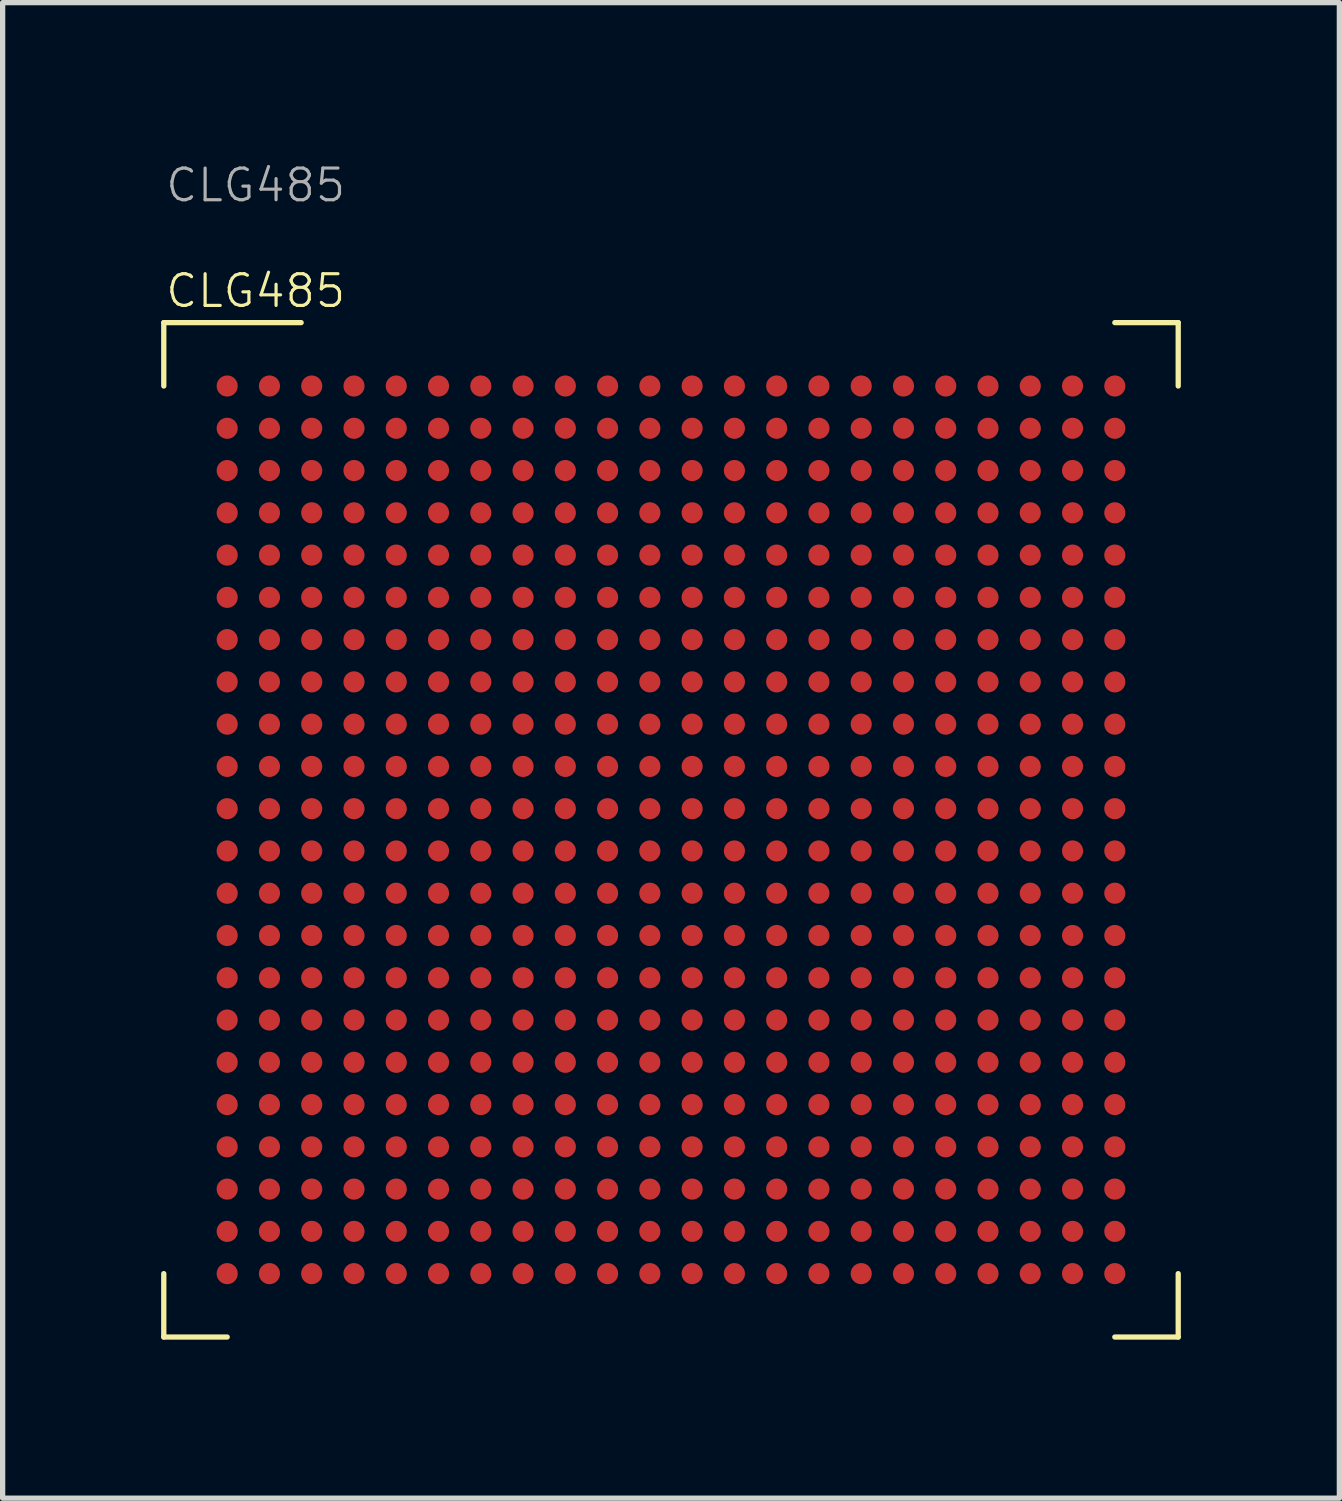
<source format=kicad_pcb>
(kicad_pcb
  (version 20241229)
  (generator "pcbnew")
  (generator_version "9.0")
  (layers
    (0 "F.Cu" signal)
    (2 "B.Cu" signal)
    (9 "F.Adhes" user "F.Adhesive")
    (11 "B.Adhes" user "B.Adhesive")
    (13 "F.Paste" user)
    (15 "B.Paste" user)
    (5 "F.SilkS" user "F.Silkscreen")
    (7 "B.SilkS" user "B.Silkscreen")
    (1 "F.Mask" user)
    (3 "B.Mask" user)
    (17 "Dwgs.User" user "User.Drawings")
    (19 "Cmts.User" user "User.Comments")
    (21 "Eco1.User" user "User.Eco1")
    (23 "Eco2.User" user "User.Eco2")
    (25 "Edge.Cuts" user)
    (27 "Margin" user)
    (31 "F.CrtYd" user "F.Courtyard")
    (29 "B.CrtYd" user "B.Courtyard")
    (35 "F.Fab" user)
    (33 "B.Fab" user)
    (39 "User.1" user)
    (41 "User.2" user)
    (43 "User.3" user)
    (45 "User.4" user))
  (footprint "CLG485"
    (layer "F.Cu")
    (at 9.65 12.656)
    (property "Reference" "CLG485" (at -9.6 -10.2 0) (unlocked yes) (layer "F.SilkS") (effects (font (size 0.6 0.6) (thickness 0.06)) (justify left)))
    (attr smd)
    (fp_line (start -9.6 -8.4) (end -9.6 -9.6) (stroke (width 0.1) (type default)) (layer "F.SilkS"))
    (fp_line (start -9.6 8.4) (end -9.6 9.6) (stroke (width 0.1) (type default)) (layer "F.SilkS"))
    (fp_line (start -8.4 9.6) (end -9.6 9.6) (stroke (width 0.1) (type default)) (layer "F.SilkS"))
    (fp_line (start -7 -9.6) (end -9.6 -9.6) (stroke (width 0.1) (type default)) (layer "F.SilkS"))
    (fp_line (start 8.4 -9.6) (end 9.6 -9.6) (stroke (width 0.1) (type default)) (layer "F.SilkS"))
    (fp_line (start 8.4 9.6) (end 9.6 9.6) (stroke (width 0.1) (type default)) (layer "F.SilkS"))
    (fp_line (start 9.6 -8.4) (end 9.6 -9.6) (stroke (width 0.1) (type default)) (layer "F.SilkS"))
    (fp_line (start 9.6 8.4) (end 9.6 9.6) (stroke (width 0.1) (type default)) (layer "F.SilkS"))
    (fp_rect (start -9.5 -9.5) (end 9.5 9.5) (stroke (width 0.05) (type default)) (fill no) (layer "Eco2.User"))
    (fp_circle (center -8 -8) (end -7.6 -7.6) (stroke (width 0.1) (type default)) (fill no) (layer "Eco2.User"))
    (fp_text user "${REFERENCE}" (at -9.6 -12.2 0) (unlocked yes) (layer "F.Fab") (effects (font (size 0.6 0.6) (thickness 0.06)) (justify left)))
    (pad "A1" smd circle (at -8.4 -8.4) (size 0.4 0.4) (layers "F.Cu" "F.Mask" "F.Paste"))
    (pad "A2" smd circle (at -7.6 -8.4) (size 0.4 0.4) (layers "F.Cu" "F.Mask" "F.Paste"))
    (pad "A3" smd circle (at -6.8 -8.4) (size 0.4 0.4) (layers "F.Cu" "F.Mask" "F.Paste"))
    (pad "A4" smd circle (at -6 -8.4) (size 0.4 0.4) (layers "F.Cu" "F.Mask" "F.Paste"))
    (pad "A5" smd circle (at -5.2 -8.4) (size 0.4 0.4) (layers "F.Cu" "F.Mask" "F.Paste"))
    (pad "A6" smd circle (at -4.4 -8.4) (size 0.4 0.4) (layers "F.Cu" "F.Mask" "F.Paste"))
    (pad "A7" smd circle (at -3.6 -8.4) (size 0.4 0.4) (layers "F.Cu" "F.Mask" "F.Paste"))
    (pad "A8" smd circle (at -2.8 -8.4) (size 0.4 0.4) (layers "F.Cu" "F.Mask" "F.Paste"))
    (pad "A9" smd circle (at -2 -8.4) (size 0.4 0.4) (layers "F.Cu" "F.Mask" "F.Paste"))
    (pad "A10" smd circle (at -1.2 -8.4) (size 0.4 0.4) (layers "F.Cu" "F.Mask" "F.Paste"))
    (pad "A11" smd circle (at -0.4 -8.4) (size 0.4 0.4) (layers "F.Cu" "F.Mask" "F.Paste"))
    (pad "A12" smd circle (at 0.4 -8.4) (size 0.4 0.4) (layers "F.Cu" "F.Mask" "F.Paste"))
    (pad "A13" smd circle (at 1.2 -8.4) (size 0.4 0.4) (layers "F.Cu" "F.Mask" "F.Paste"))
    (pad "A14" smd circle (at 2 -8.4) (size 0.4 0.4) (layers "F.Cu" "F.Mask" "F.Paste"))
    (pad "A15" smd circle (at 2.8 -8.4) (size 0.4 0.4) (layers "F.Cu" "F.Mask" "F.Paste"))
    (pad "A16" smd circle (at 3.6 -8.4) (size 0.4 0.4) (layers "F.Cu" "F.Mask" "F.Paste"))
    (pad "A17" smd circle (at 4.4 -8.4) (size 0.4 0.4) (layers "F.Cu" "F.Mask" "F.Paste"))
    (pad "A18" smd circle (at 5.2 -8.4) (size 0.4 0.4) (layers "F.Cu" "F.Mask" "F.Paste"))
    (pad "A19" smd circle (at 6 -8.4) (size 0.4 0.4) (layers "F.Cu" "F.Mask" "F.Paste"))
    (pad "A20" smd circle (at 6.8 -8.4) (size 0.4 0.4) (layers "F.Cu" "F.Mask" "F.Paste"))
    (pad "A21" smd circle (at 7.6 -8.4) (size 0.4 0.4) (layers "F.Cu" "F.Mask" "F.Paste"))
    (pad "A22" smd circle (at 8.4 -8.4) (size 0.4 0.4) (layers "F.Cu" "F.Mask" "F.Paste"))
    (pad "AA1" smd circle (at -8.4 7.6) (size 0.4 0.4) (layers "F.Cu" "F.Mask" "F.Paste"))
    (pad "AA2" smd circle (at -7.6 7.6) (size 0.4 0.4) (layers "F.Cu" "F.Mask" "F.Paste"))
    (pad "AA3" smd circle (at -6.8 7.6) (size 0.4 0.4) (layers "F.Cu" "F.Mask" "F.Paste"))
    (pad "AA4" smd circle (at -6 7.6) (size 0.4 0.4) (layers "F.Cu" "F.Mask" "F.Paste"))
    (pad "AA5" smd circle (at -5.2 7.6) (size 0.4 0.4) (layers "F.Cu" "F.Mask" "F.Paste"))
    (pad "AA6" smd circle (at -4.4 7.6) (size 0.4 0.4) (layers "F.Cu" "F.Mask" "F.Paste"))
    (pad "AA7" smd circle (at -3.6 7.6) (size 0.4 0.4) (layers "F.Cu" "F.Mask" "F.Paste"))
    (pad "AA8" smd circle (at -2.8 7.6) (size 0.4 0.4) (layers "F.Cu" "F.Mask" "F.Paste"))
    (pad "AA9" smd circle (at -2 7.6) (size 0.4 0.4) (layers "F.Cu" "F.Mask" "F.Paste"))
    (pad "AA10" smd circle (at -1.2 7.6) (size 0.4 0.4) (layers "F.Cu" "F.Mask" "F.Paste"))
    (pad "AA11" smd circle (at -0.4 7.6) (size 0.4 0.4) (layers "F.Cu" "F.Mask" "F.Paste"))
    (pad "AA12" smd circle (at 0.4 7.6) (size 0.4 0.4) (layers "F.Cu" "F.Mask" "F.Paste"))
    (pad "AA13" smd circle (at 1.2 7.6) (size 0.4 0.4) (layers "F.Cu" "F.Mask" "F.Paste"))
    (pad "AA14" smd circle (at 2 7.6) (size 0.4 0.4) (layers "F.Cu" "F.Mask" "F.Paste"))
    (pad "AA15" smd circle (at 2.8 7.6) (size 0.4 0.4) (layers "F.Cu" "F.Mask" "F.Paste"))
    (pad "AA16" smd circle (at 3.6 7.6) (size 0.4 0.4) (layers "F.Cu" "F.Mask" "F.Paste"))
    (pad "AA17" smd circle (at 4.4 7.6) (size 0.4 0.4) (layers "F.Cu" "F.Mask" "F.Paste"))
    (pad "AA18" smd circle (at 5.2 7.6) (size 0.4 0.4) (layers "F.Cu" "F.Mask" "F.Paste"))
    (pad "AA19" smd circle (at 6 7.6) (size 0.4 0.4) (layers "F.Cu" "F.Mask" "F.Paste"))
    (pad "AA20" smd circle (at 6.8 7.6) (size 0.4 0.4) (layers "F.Cu" "F.Mask" "F.Paste"))
    (pad "AA21" smd circle (at 7.6 7.6) (size 0.4 0.4) (layers "F.Cu" "F.Mask" "F.Paste"))
    (pad "AA22" smd circle (at 8.4 7.6) (size 0.4 0.4) (layers "F.Cu" "F.Mask" "F.Paste"))
    (pad "AB1" smd circle (at -8.4 8.4) (size 0.4 0.4) (layers "F.Cu" "F.Mask" "F.Paste"))
    (pad "AB2" smd circle (at -7.6 8.4) (size 0.4 0.4) (layers "F.Cu" "F.Mask" "F.Paste"))
    (pad "AB3" smd circle (at -6.8 8.4) (size 0.4 0.4) (layers "F.Cu" "F.Mask" "F.Paste"))
    (pad "AB4" smd circle (at -6 8.4) (size 0.4 0.4) (layers "F.Cu" "F.Mask" "F.Paste"))
    (pad "AB5" smd circle (at -5.2 8.4) (size 0.4 0.4) (layers "F.Cu" "F.Mask" "F.Paste"))
    (pad "AB6" smd circle (at -4.4 8.4) (size 0.4 0.4) (layers "F.Cu" "F.Mask" "F.Paste"))
    (pad "AB7" smd circle (at -3.6 8.4) (size 0.4 0.4) (layers "F.Cu" "F.Mask" "F.Paste"))
    (pad "AB8" smd circle (at -2.8 8.4) (size 0.4 0.4) (layers "F.Cu" "F.Mask" "F.Paste"))
    (pad "AB9" smd circle (at -2 8.4) (size 0.4 0.4) (layers "F.Cu" "F.Mask" "F.Paste"))
    (pad "AB10" smd circle (at -1.2 8.4) (size 0.4 0.4) (layers "F.Cu" "F.Mask" "F.Paste"))
    (pad "AB11" smd circle (at -0.4 8.4) (size 0.4 0.4) (layers "F.Cu" "F.Mask" "F.Paste"))
    (pad "AB12" smd circle (at 0.4 8.4) (size 0.4 0.4) (layers "F.Cu" "F.Mask" "F.Paste"))
    (pad "AB13" smd circle (at 1.2 8.4) (size 0.4 0.4) (layers "F.Cu" "F.Mask" "F.Paste"))
    (pad "AB14" smd circle (at 2 8.4) (size 0.4 0.4) (layers "F.Cu" "F.Mask" "F.Paste"))
    (pad "AB15" smd circle (at 2.8 8.4) (size 0.4 0.4) (layers "F.Cu" "F.Mask" "F.Paste"))
    (pad "AB16" smd circle (at 3.6 8.4) (size 0.4 0.4) (layers "F.Cu" "F.Mask" "F.Paste"))
    (pad "AB17" smd circle (at 4.4 8.4) (size 0.4 0.4) (layers "F.Cu" "F.Mask" "F.Paste"))
    (pad "AB18" smd circle (at 5.2 8.4) (size 0.4 0.4) (layers "F.Cu" "F.Mask" "F.Paste"))
    (pad "AB19" smd circle (at 6 8.4) (size 0.4 0.4) (layers "F.Cu" "F.Mask" "F.Paste"))
    (pad "AB20" smd circle (at 6.8 8.4) (size 0.4 0.4) (layers "F.Cu" "F.Mask" "F.Paste"))
    (pad "AB21" smd circle (at 7.6 8.4) (size 0.4 0.4) (layers "F.Cu" "F.Mask" "F.Paste"))
    (pad "AB22" smd circle (at 8.4 8.4) (size 0.4 0.4) (layers "F.Cu" "F.Mask" "F.Paste"))
    (pad "B1" smd circle (at -8.4 -7.6) (size 0.4 0.4) (layers "F.Cu" "F.Mask" "F.Paste"))
    (pad "B2" smd circle (at -7.6 -7.6) (size 0.4 0.4) (layers "F.Cu" "F.Mask" "F.Paste"))
    (pad "B3" smd circle (at -6.8 -7.6) (size 0.4 0.4) (layers "F.Cu" "F.Mask" "F.Paste"))
    (pad "B4" smd circle (at -6 -7.6) (size 0.4 0.4) (layers "F.Cu" "F.Mask" "F.Paste"))
    (pad "B5" smd circle (at -5.2 -7.6) (size 0.4 0.4) (layers "F.Cu" "F.Mask" "F.Paste"))
    (pad "B6" smd circle (at -4.4 -7.6) (size 0.4 0.4) (layers "F.Cu" "F.Mask" "F.Paste"))
    (pad "B7" smd circle (at -3.6 -7.6) (size 0.4 0.4) (layers "F.Cu" "F.Mask" "F.Paste"))
    (pad "B8" smd circle (at -2.8 -7.6) (size 0.4 0.4) (layers "F.Cu" "F.Mask" "F.Paste"))
    (pad "B9" smd circle (at -2 -7.6) (size 0.4 0.4) (layers "F.Cu" "F.Mask" "F.Paste"))
    (pad "B10" smd circle (at -1.2 -7.6) (size 0.4 0.4) (layers "F.Cu" "F.Mask" "F.Paste"))
    (pad "B11" smd circle (at -0.4 -7.6) (size 0.4 0.4) (layers "F.Cu" "F.Mask" "F.Paste"))
    (pad "B12" smd circle (at 0.4 -7.6) (size 0.4 0.4) (layers "F.Cu" "F.Mask" "F.Paste"))
    (pad "B13" smd circle (at 1.2 -7.6) (size 0.4 0.4) (layers "F.Cu" "F.Mask" "F.Paste"))
    (pad "B14" smd circle (at 2 -7.6) (size 0.4 0.4) (layers "F.Cu" "F.Mask" "F.Paste"))
    (pad "B15" smd circle (at 2.8 -7.6) (size 0.4 0.4) (layers "F.Cu" "F.Mask" "F.Paste"))
    (pad "B16" smd circle (at 3.6 -7.6) (size 0.4 0.4) (layers "F.Cu" "F.Mask" "F.Paste"))
    (pad "B17" smd circle (at 4.4 -7.6) (size 0.4 0.4) (layers "F.Cu" "F.Mask" "F.Paste"))
    (pad "B18" smd circle (at 5.2 -7.6) (size 0.4 0.4) (layers "F.Cu" "F.Mask" "F.Paste"))
    (pad "B19" smd circle (at 6 -7.6) (size 0.4 0.4) (layers "F.Cu" "F.Mask" "F.Paste"))
    (pad "B20" smd circle (at 6.8 -7.6) (size 0.4 0.4) (layers "F.Cu" "F.Mask" "F.Paste"))
    (pad "B21" smd circle (at 7.6 -7.6) (size 0.4 0.4) (layers "F.Cu" "F.Mask" "F.Paste"))
    (pad "B22" smd circle (at 8.4 -7.6) (size 0.4 0.4) (layers "F.Cu" "F.Mask" "F.Paste"))
    (pad "C1" smd circle (at -8.4 -6.8) (size 0.4 0.4) (layers "F.Cu" "F.Mask" "F.Paste"))
    (pad "C2" smd circle (at -7.6 -6.8) (size 0.4 0.4) (layers "F.Cu" "F.Mask" "F.Paste"))
    (pad "C3" smd circle (at -6.8 -6.8) (size 0.4 0.4) (layers "F.Cu" "F.Mask" "F.Paste"))
    (pad "C4" smd circle (at -6 -6.8) (size 0.4 0.4) (layers "F.Cu" "F.Mask" "F.Paste"))
    (pad "C5" smd circle (at -5.2 -6.8) (size 0.4 0.4) (layers "F.Cu" "F.Mask" "F.Paste"))
    (pad "C6" smd circle (at -4.4 -6.8) (size 0.4 0.4) (layers "F.Cu" "F.Mask" "F.Paste"))
    (pad "C7" smd circle (at -3.6 -6.8) (size 0.4 0.4) (layers "F.Cu" "F.Mask" "F.Paste"))
    (pad "C8" smd circle (at -2.8 -6.8) (size 0.4 0.4) (layers "F.Cu" "F.Mask" "F.Paste"))
    (pad "C9" smd circle (at -2 -6.8) (size 0.4 0.4) (layers "F.Cu" "F.Mask" "F.Paste"))
    (pad "C10" smd circle (at -1.2 -6.8) (size 0.4 0.4) (layers "F.Cu" "F.Mask" "F.Paste"))
    (pad "C11" smd circle (at -0.4 -6.8) (size 0.4 0.4) (layers "F.Cu" "F.Mask" "F.Paste"))
    (pad "C12" smd circle (at 0.4 -6.8) (size 0.4 0.4) (layers "F.Cu" "F.Mask" "F.Paste"))
    (pad "C13" smd circle (at 1.2 -6.8) (size 0.4 0.4) (layers "F.Cu" "F.Mask" "F.Paste"))
    (pad "C14" smd circle (at 2 -6.8) (size 0.4 0.4) (layers "F.Cu" "F.Mask" "F.Paste"))
    (pad "C15" smd circle (at 2.8 -6.8) (size 0.4 0.4) (layers "F.Cu" "F.Mask" "F.Paste"))
    (pad "C16" smd circle (at 3.6 -6.8) (size 0.4 0.4) (layers "F.Cu" "F.Mask" "F.Paste"))
    (pad "C17" smd circle (at 4.4 -6.8) (size 0.4 0.4) (layers "F.Cu" "F.Mask" "F.Paste"))
    (pad "C18" smd circle (at 5.2 -6.8) (size 0.4 0.4) (layers "F.Cu" "F.Mask" "F.Paste"))
    (pad "C19" smd circle (at 6 -6.8) (size 0.4 0.4) (layers "F.Cu" "F.Mask" "F.Paste"))
    (pad "C20" smd circle (at 6.8 -6.8) (size 0.4 0.4) (layers "F.Cu" "F.Mask" "F.Paste"))
    (pad "C21" smd circle (at 7.6 -6.8) (size 0.4 0.4) (layers "F.Cu" "F.Mask" "F.Paste"))
    (pad "C22" smd circle (at 8.4 -6.8) (size 0.4 0.4) (layers "F.Cu" "F.Mask" "F.Paste"))
    (pad "D1" smd circle (at -8.4 -6) (size 0.4 0.4) (layers "F.Cu" "F.Mask" "F.Paste"))
    (pad "D2" smd circle (at -7.6 -6) (size 0.4 0.4) (layers "F.Cu" "F.Mask" "F.Paste"))
    (pad "D3" smd circle (at -6.8 -6) (size 0.4 0.4) (layers "F.Cu" "F.Mask" "F.Paste"))
    (pad "D4" smd circle (at -6 -6) (size 0.4 0.4) (layers "F.Cu" "F.Mask" "F.Paste"))
    (pad "D5" smd circle (at -5.2 -6) (size 0.4 0.4) (layers "F.Cu" "F.Mask" "F.Paste"))
    (pad "D6" smd circle (at -4.4 -6) (size 0.4 0.4) (layers "F.Cu" "F.Mask" "F.Paste"))
    (pad "D7" smd circle (at -3.6 -6) (size 0.4 0.4) (layers "F.Cu" "F.Mask" "F.Paste"))
    (pad "D8" smd circle (at -2.8 -6) (size 0.4 0.4) (layers "F.Cu" "F.Mask" "F.Paste"))
    (pad "D9" smd circle (at -2 -6) (size 0.4 0.4) (layers "F.Cu" "F.Mask" "F.Paste"))
    (pad "D10" smd circle (at -1.2 -6) (size 0.4 0.4) (layers "F.Cu" "F.Mask" "F.Paste"))
    (pad "D11" smd circle (at -0.4 -6) (size 0.4 0.4) (layers "F.Cu" "F.Mask" "F.Paste"))
    (pad "D12" smd circle (at 0.4 -6) (size 0.4 0.4) (layers "F.Cu" "F.Mask" "F.Paste"))
    (pad "D13" smd circle (at 1.2 -6) (size 0.4 0.4) (layers "F.Cu" "F.Mask" "F.Paste"))
    (pad "D14" smd circle (at 2 -6) (size 0.4 0.4) (layers "F.Cu" "F.Mask" "F.Paste"))
    (pad "D15" smd circle (at 2.8 -6) (size 0.4 0.4) (layers "F.Cu" "F.Mask" "F.Paste"))
    (pad "D16" smd circle (at 3.6 -6) (size 0.4 0.4) (layers "F.Cu" "F.Mask" "F.Paste"))
    (pad "D17" smd circle (at 4.4 -6) (size 0.4 0.4) (layers "F.Cu" "F.Mask" "F.Paste"))
    (pad "D18" smd circle (at 5.2 -6) (size 0.4 0.4) (layers "F.Cu" "F.Mask" "F.Paste"))
    (pad "D19" smd circle (at 6 -6) (size 0.4 0.4) (layers "F.Cu" "F.Mask" "F.Paste"))
    (pad "D20" smd circle (at 6.8 -6) (size 0.4 0.4) (layers "F.Cu" "F.Mask" "F.Paste"))
    (pad "D21" smd circle (at 7.6 -6) (size 0.4 0.4) (layers "F.Cu" "F.Mask" "F.Paste"))
    (pad "D22" smd circle (at 8.4 -6) (size 0.4 0.4) (layers "F.Cu" "F.Mask" "F.Paste"))
    (pad "E1" smd circle (at -8.4 -5.2) (size 0.4 0.4) (layers "F.Cu" "F.Mask" "F.Paste"))
    (pad "E2" smd circle (at -7.6 -5.2) (size 0.4 0.4) (layers "F.Cu" "F.Mask" "F.Paste"))
    (pad "E3" smd circle (at -6.8 -5.2) (size 0.4 0.4) (layers "F.Cu" "F.Mask" "F.Paste"))
    (pad "E4" smd circle (at -6 -5.2) (size 0.4 0.4) (layers "F.Cu" "F.Mask" "F.Paste"))
    (pad "E5" smd circle (at -5.2 -5.2) (size 0.4 0.4) (layers "F.Cu" "F.Mask" "F.Paste"))
    (pad "E6" smd circle (at -4.4 -5.2) (size 0.4 0.4) (layers "F.Cu" "F.Mask" "F.Paste"))
    (pad "E7" smd circle (at -3.6 -5.2) (size 0.4 0.4) (layers "F.Cu" "F.Mask" "F.Paste"))
    (pad "E8" smd circle (at -2.8 -5.2) (size 0.4 0.4) (layers "F.Cu" "F.Mask" "F.Paste"))
    (pad "E9" smd circle (at -2 -5.2) (size 0.4 0.4) (layers "F.Cu" "F.Mask" "F.Paste"))
    (pad "E10" smd circle (at -1.2 -5.2) (size 0.4 0.4) (layers "F.Cu" "F.Mask" "F.Paste"))
    (pad "E11" smd circle (at -0.4 -5.2) (size 0.4 0.4) (layers "F.Cu" "F.Mask" "F.Paste"))
    (pad "E12" smd circle (at 0.4 -5.2) (size 0.4 0.4) (layers "F.Cu" "F.Mask" "F.Paste"))
    (pad "E13" smd circle (at 1.2 -5.2) (size 0.4 0.4) (layers "F.Cu" "F.Mask" "F.Paste"))
    (pad "E14" smd circle (at 2 -5.2) (size 0.4 0.4) (layers "F.Cu" "F.Mask" "F.Paste"))
    (pad "E15" smd circle (at 2.8 -5.2) (size 0.4 0.4) (layers "F.Cu" "F.Mask" "F.Paste"))
    (pad "E16" smd circle (at 3.6 -5.2) (size 0.4 0.4) (layers "F.Cu" "F.Mask" "F.Paste"))
    (pad "E17" smd circle (at 4.4 -5.2) (size 0.4 0.4) (layers "F.Cu" "F.Mask" "F.Paste"))
    (pad "E18" smd circle (at 5.2 -5.2) (size 0.4 0.4) (layers "F.Cu" "F.Mask" "F.Paste"))
    (pad "E19" smd circle (at 6 -5.2) (size 0.4 0.4) (layers "F.Cu" "F.Mask" "F.Paste"))
    (pad "E20" smd circle (at 6.8 -5.2) (size 0.4 0.4) (layers "F.Cu" "F.Mask" "F.Paste"))
    (pad "E21" smd circle (at 7.6 -5.2) (size 0.4 0.4) (layers "F.Cu" "F.Mask" "F.Paste"))
    (pad "E22" smd circle (at 8.4 -5.2) (size 0.4 0.4) (layers "F.Cu" "F.Mask" "F.Paste"))
    (pad "F1" smd circle (at -8.4 -4.4) (size 0.4 0.4) (layers "F.Cu" "F.Mask" "F.Paste"))
    (pad "F2" smd circle (at -7.6 -4.4) (size 0.4 0.4) (layers "F.Cu" "F.Mask" "F.Paste"))
    (pad "F3" smd circle (at -6.8 -4.4) (size 0.4 0.4) (layers "F.Cu" "F.Mask" "F.Paste"))
    (pad "F4" smd circle (at -6 -4.4) (size 0.4 0.4) (layers "F.Cu" "F.Mask" "F.Paste"))
    (pad "F5" smd circle (at -5.2 -4.4) (size 0.4 0.4) (layers "F.Cu" "F.Mask" "F.Paste"))
    (pad "F6" smd circle (at -4.4 -4.4) (size 0.4 0.4) (layers "F.Cu" "F.Mask" "F.Paste"))
    (pad "F7" smd circle (at -3.6 -4.4) (size 0.4 0.4) (layers "F.Cu" "F.Mask" "F.Paste"))
    (pad "F8" smd circle (at -2.8 -4.4) (size 0.4 0.4) (layers "F.Cu" "F.Mask" "F.Paste"))
    (pad "F9" smd circle (at -2 -4.4) (size 0.4 0.4) (layers "F.Cu" "F.Mask" "F.Paste"))
    (pad "F10" smd circle (at -1.2 -4.4) (size 0.4 0.4) (layers "F.Cu" "F.Mask" "F.Paste"))
    (pad "F11" smd circle (at -0.4 -4.4) (size 0.4 0.4) (layers "F.Cu" "F.Mask" "F.Paste"))
    (pad "F12" smd circle (at 0.4 -4.4) (size 0.4 0.4) (layers "F.Cu" "F.Mask" "F.Paste"))
    (pad "F13" smd circle (at 1.2 -4.4) (size 0.4 0.4) (layers "F.Cu" "F.Mask" "F.Paste"))
    (pad "F14" smd circle (at 2 -4.4) (size 0.4 0.4) (layers "F.Cu" "F.Mask" "F.Paste"))
    (pad "F15" smd circle (at 2.8 -4.4) (size 0.4 0.4) (layers "F.Cu" "F.Mask" "F.Paste"))
    (pad "F16" smd circle (at 3.6 -4.4) (size 0.4 0.4) (layers "F.Cu" "F.Mask" "F.Paste"))
    (pad "F17" smd circle (at 4.4 -4.4) (size 0.4 0.4) (layers "F.Cu" "F.Mask" "F.Paste"))
    (pad "F18" smd circle (at 5.2 -4.4) (size 0.4 0.4) (layers "F.Cu" "F.Mask" "F.Paste"))
    (pad "F19" smd circle (at 6 -4.4) (size 0.4 0.4) (layers "F.Cu" "F.Mask" "F.Paste"))
    (pad "F20" smd circle (at 6.8 -4.4) (size 0.4 0.4) (layers "F.Cu" "F.Mask" "F.Paste"))
    (pad "F21" smd circle (at 7.6 -4.4) (size 0.4 0.4) (layers "F.Cu" "F.Mask" "F.Paste"))
    (pad "F22" smd circle (at 8.4 -4.4) (size 0.4 0.4) (layers "F.Cu" "F.Mask" "F.Paste"))
    (pad "G1" smd circle (at -8.4 -3.6) (size 0.4 0.4) (layers "F.Cu" "F.Mask" "F.Paste"))
    (pad "G2" smd circle (at -7.6 -3.6) (size 0.4 0.4) (layers "F.Cu" "F.Mask" "F.Paste"))
    (pad "G3" smd circle (at -6.8 -3.6) (size 0.4 0.4) (layers "F.Cu" "F.Mask" "F.Paste"))
    (pad "G4" smd circle (at -6 -3.6) (size 0.4 0.4) (layers "F.Cu" "F.Mask" "F.Paste"))
    (pad "G5" smd circle (at -5.2 -3.6) (size 0.4 0.4) (layers "F.Cu" "F.Mask" "F.Paste"))
    (pad "G6" smd circle (at -4.4 -3.6) (size 0.4 0.4) (layers "F.Cu" "F.Mask" "F.Paste"))
    (pad "G7" smd circle (at -3.6 -3.6) (size 0.4 0.4) (layers "F.Cu" "F.Mask" "F.Paste"))
    (pad "G8" smd circle (at -2.8 -3.6) (size 0.4 0.4) (layers "F.Cu" "F.Mask" "F.Paste"))
    (pad "G9" smd circle (at -2 -3.6) (size 0.4 0.4) (layers "F.Cu" "F.Mask" "F.Paste"))
    (pad "G10" smd circle (at -1.2 -3.6) (size 0.4 0.4) (layers "F.Cu" "F.Mask" "F.Paste"))
    (pad "G11" smd circle (at -0.4 -3.6) (size 0.4 0.4) (layers "F.Cu" "F.Mask" "F.Paste"))
    (pad "G12" smd circle (at 0.4 -3.6) (size 0.4 0.4) (layers "F.Cu" "F.Mask" "F.Paste"))
    (pad "G13" smd circle (at 1.2 -3.6) (size 0.4 0.4) (layers "F.Cu" "F.Mask" "F.Paste"))
    (pad "G14" smd circle (at 2 -3.6) (size 0.4 0.4) (layers "F.Cu" "F.Mask" "F.Paste"))
    (pad "G15" smd circle (at 2.8 -3.6) (size 0.4 0.4) (layers "F.Cu" "F.Mask" "F.Paste"))
    (pad "G16" smd circle (at 3.6 -3.6) (size 0.4 0.4) (layers "F.Cu" "F.Mask" "F.Paste"))
    (pad "G17" smd circle (at 4.4 -3.6) (size 0.4 0.4) (layers "F.Cu" "F.Mask" "F.Paste"))
    (pad "G18" smd circle (at 5.2 -3.6) (size 0.4 0.4) (layers "F.Cu" "F.Mask" "F.Paste"))
    (pad "G19" smd circle (at 6 -3.6) (size 0.4 0.4) (layers "F.Cu" "F.Mask" "F.Paste"))
    (pad "G20" smd circle (at 6.8 -3.6) (size 0.4 0.4) (layers "F.Cu" "F.Mask" "F.Paste"))
    (pad "G21" smd circle (at 7.6 -3.6) (size 0.4 0.4) (layers "F.Cu" "F.Mask" "F.Paste"))
    (pad "G22" smd circle (at 8.4 -3.6) (size 0.4 0.4) (layers "F.Cu" "F.Mask" "F.Paste"))
    (pad "H1" smd circle (at -8.4 -2.8) (size 0.4 0.4) (layers "F.Cu" "F.Mask" "F.Paste"))
    (pad "H2" smd circle (at -7.6 -2.8) (size 0.4 0.4) (layers "F.Cu" "F.Mask" "F.Paste"))
    (pad "H3" smd circle (at -6.8 -2.8) (size 0.4 0.4) (layers "F.Cu" "F.Mask" "F.Paste"))
    (pad "H4" smd circle (at -6 -2.8) (size 0.4 0.4) (layers "F.Cu" "F.Mask" "F.Paste"))
    (pad "H5" smd circle (at -5.2 -2.8) (size 0.4 0.4) (layers "F.Cu" "F.Mask" "F.Paste"))
    (pad "H6" smd circle (at -4.4 -2.8) (size 0.4 0.4) (layers "F.Cu" "F.Mask" "F.Paste"))
    (pad "H7" smd circle (at -3.6 -2.8) (size 0.4 0.4) (layers "F.Cu" "F.Mask" "F.Paste"))
    (pad "H8" smd circle (at -2.8 -2.8) (size 0.4 0.4) (layers "F.Cu" "F.Mask" "F.Paste"))
    (pad "H9" smd circle (at -2 -2.8) (size 0.4 0.4) (layers "F.Cu" "F.Mask" "F.Paste"))
    (pad "H10" smd circle (at -1.2 -2.8) (size 0.4 0.4) (layers "F.Cu" "F.Mask" "F.Paste"))
    (pad "H11" smd circle (at -0.4 -2.8) (size 0.4 0.4) (layers "F.Cu" "F.Mask" "F.Paste"))
    (pad "H12" smd circle (at 0.4 -2.8) (size 0.4 0.4) (layers "F.Cu" "F.Mask" "F.Paste"))
    (pad "H13" smd circle (at 1.2 -2.8) (size 0.4 0.4) (layers "F.Cu" "F.Mask" "F.Paste"))
    (pad "H14" smd circle (at 2 -2.8) (size 0.4 0.4) (layers "F.Cu" "F.Mask" "F.Paste"))
    (pad "H15" smd circle (at 2.8 -2.8) (size 0.4 0.4) (layers "F.Cu" "F.Mask" "F.Paste"))
    (pad "H16" smd circle (at 3.6 -2.8) (size 0.4 0.4) (layers "F.Cu" "F.Mask" "F.Paste"))
    (pad "H17" smd circle (at 4.4 -2.8) (size 0.4 0.4) (layers "F.Cu" "F.Mask" "F.Paste"))
    (pad "H18" smd circle (at 5.2 -2.8) (size 0.4 0.4) (layers "F.Cu" "F.Mask" "F.Paste"))
    (pad "H19" smd circle (at 6 -2.8) (size 0.4 0.4) (layers "F.Cu" "F.Mask" "F.Paste"))
    (pad "H20" smd circle (at 6.8 -2.8) (size 0.4 0.4) (layers "F.Cu" "F.Mask" "F.Paste"))
    (pad "H21" smd circle (at 7.6 -2.8) (size 0.4 0.4) (layers "F.Cu" "F.Mask" "F.Paste"))
    (pad "H22" smd circle (at 8.4 -2.8) (size 0.4 0.4) (layers "F.Cu" "F.Mask" "F.Paste"))
    (pad "J1" smd circle (at -8.4 -2) (size 0.4 0.4) (layers "F.Cu" "F.Mask" "F.Paste"))
    (pad "J2" smd circle (at -7.6 -2) (size 0.4 0.4) (layers "F.Cu" "F.Mask" "F.Paste"))
    (pad "J3" smd circle (at -6.8 -2) (size 0.4 0.4) (layers "F.Cu" "F.Mask" "F.Paste"))
    (pad "J4" smd circle (at -6 -2) (size 0.4 0.4) (layers "F.Cu" "F.Mask" "F.Paste"))
    (pad "J5" smd circle (at -5.2 -2) (size 0.4 0.4) (layers "F.Cu" "F.Mask" "F.Paste"))
    (pad "J6" smd circle (at -4.4 -2) (size 0.4 0.4) (layers "F.Cu" "F.Mask" "F.Paste"))
    (pad "J7" smd circle (at -3.6 -2) (size 0.4 0.4) (layers "F.Cu" "F.Mask" "F.Paste"))
    (pad "J8" smd circle (at -2.8 -2) (size 0.4 0.4) (layers "F.Cu" "F.Mask" "F.Paste"))
    (pad "J9" smd circle (at -2 -2) (size 0.4 0.4) (layers "F.Cu" "F.Mask" "F.Paste"))
    (pad "J10" smd circle (at -1.2 -2) (size 0.4 0.4) (layers "F.Cu" "F.Mask" "F.Paste"))
    (pad "J11" smd circle (at -0.4 -2) (size 0.4 0.4) (layers "F.Cu" "F.Mask" "F.Paste"))
    (pad "J12" smd circle (at 0.4 -2) (size 0.4 0.4) (layers "F.Cu" "F.Mask" "F.Paste"))
    (pad "J13" smd circle (at 1.2 -2) (size 0.4 0.4) (layers "F.Cu" "F.Mask" "F.Paste"))
    (pad "J14" smd circle (at 2 -2) (size 0.4 0.4) (layers "F.Cu" "F.Mask" "F.Paste"))
    (pad "J15" smd circle (at 2.8 -2) (size 0.4 0.4) (layers "F.Cu" "F.Mask" "F.Paste"))
    (pad "J16" smd circle (at 3.6 -2) (size 0.4 0.4) (layers "F.Cu" "F.Mask" "F.Paste"))
    (pad "J17" smd circle (at 4.4 -2) (size 0.4 0.4) (layers "F.Cu" "F.Mask" "F.Paste"))
    (pad "J18" smd circle (at 5.2 -2) (size 0.4 0.4) (layers "F.Cu" "F.Mask" "F.Paste"))
    (pad "J19" smd circle (at 6 -2) (size 0.4 0.4) (layers "F.Cu" "F.Mask" "F.Paste"))
    (pad "J20" smd circle (at 6.8 -2) (size 0.4 0.4) (layers "F.Cu" "F.Mask" "F.Paste"))
    (pad "J21" smd circle (at 7.6 -2) (size 0.4 0.4) (layers "F.Cu" "F.Mask" "F.Paste"))
    (pad "J22" smd circle (at 8.4 -2) (size 0.4 0.4) (layers "F.Cu" "F.Mask" "F.Paste"))
    (pad "K1" smd circle (at -8.4 -1.2) (size 0.4 0.4) (layers "F.Cu" "F.Mask" "F.Paste"))
    (pad "K2" smd circle (at -7.6 -1.2) (size 0.4 0.4) (layers "F.Cu" "F.Mask" "F.Paste"))
    (pad "K3" smd circle (at -6.8 -1.2) (size 0.4 0.4) (layers "F.Cu" "F.Mask" "F.Paste"))
    (pad "K4" smd circle (at -6 -1.2) (size 0.4 0.4) (layers "F.Cu" "F.Mask" "F.Paste"))
    (pad "K5" smd circle (at -5.2 -1.2) (size 0.4 0.4) (layers "F.Cu" "F.Mask" "F.Paste"))
    (pad "K6" smd circle (at -4.4 -1.2) (size 0.4 0.4) (layers "F.Cu" "F.Mask" "F.Paste"))
    (pad "K7" smd circle (at -3.6 -1.2) (size 0.4 0.4) (layers "F.Cu" "F.Mask" "F.Paste"))
    (pad "K8" smd circle (at -2.8 -1.2) (size 0.4 0.4) (layers "F.Cu" "F.Mask" "F.Paste"))
    (pad "K9" smd circle (at -2 -1.2) (size 0.4 0.4) (layers "F.Cu" "F.Mask" "F.Paste"))
    (pad "K10" smd circle (at -1.2 -1.2) (size 0.4 0.4) (layers "F.Cu" "F.Mask" "F.Paste"))
    (pad "K11" smd circle (at -0.4 -1.2) (size 0.4 0.4) (layers "F.Cu" "F.Mask" "F.Paste"))
    (pad "K12" smd circle (at 0.4 -1.2) (size 0.4 0.4) (layers "F.Cu" "F.Mask" "F.Paste"))
    (pad "K13" smd circle (at 1.2 -1.2) (size 0.4 0.4) (layers "F.Cu" "F.Mask" "F.Paste"))
    (pad "K14" smd circle (at 2 -1.2) (size 0.4 0.4) (layers "F.Cu" "F.Mask" "F.Paste"))
    (pad "K15" smd circle (at 2.8 -1.2) (size 0.4 0.4) (layers "F.Cu" "F.Mask" "F.Paste"))
    (pad "K16" smd circle (at 3.6 -1.2) (size 0.4 0.4) (layers "F.Cu" "F.Mask" "F.Paste"))
    (pad "K17" smd circle (at 4.4 -1.2) (size 0.4 0.4) (layers "F.Cu" "F.Mask" "F.Paste"))
    (pad "K18" smd circle (at 5.2 -1.2) (size 0.4 0.4) (layers "F.Cu" "F.Mask" "F.Paste"))
    (pad "K19" smd circle (at 6 -1.2) (size 0.4 0.4) (layers "F.Cu" "F.Mask" "F.Paste"))
    (pad "K20" smd circle (at 6.8 -1.2) (size 0.4 0.4) (layers "F.Cu" "F.Mask" "F.Paste"))
    (pad "K21" smd circle (at 7.6 -1.2) (size 0.4 0.4) (layers "F.Cu" "F.Mask" "F.Paste"))
    (pad "K22" smd circle (at 8.4 -1.2) (size 0.4 0.4) (layers "F.Cu" "F.Mask" "F.Paste"))
    (pad "L1" smd circle (at -8.4 -0.4) (size 0.4 0.4) (layers "F.Cu" "F.Mask" "F.Paste"))
    (pad "L2" smd circle (at -7.6 -0.4) (size 0.4 0.4) (layers "F.Cu" "F.Mask" "F.Paste"))
    (pad "L3" smd circle (at -6.8 -0.4) (size 0.4 0.4) (layers "F.Cu" "F.Mask" "F.Paste"))
    (pad "L4" smd circle (at -6 -0.4) (size 0.4 0.4) (layers "F.Cu" "F.Mask" "F.Paste"))
    (pad "L5" smd circle (at -5.2 -0.4) (size 0.4 0.4) (layers "F.Cu" "F.Mask" "F.Paste"))
    (pad "L6" smd circle (at -4.4 -0.4) (size 0.4 0.4) (layers "F.Cu" "F.Mask" "F.Paste"))
    (pad "L7" smd circle (at -3.6 -0.4) (size 0.4 0.4) (layers "F.Cu" "F.Mask" "F.Paste"))
    (pad "L8" smd circle (at -2.8 -0.4) (size 0.4 0.4) (layers "F.Cu" "F.Mask" "F.Paste"))
    (pad "L9" smd circle (at -2 -0.4) (size 0.4 0.4) (layers "F.Cu" "F.Mask" "F.Paste"))
    (pad "L10" smd circle (at -1.2 -0.4) (size 0.4 0.4) (layers "F.Cu" "F.Mask" "F.Paste"))
    (pad "L11" smd circle (at -0.4 -0.4) (size 0.4 0.4) (layers "F.Cu" "F.Mask" "F.Paste"))
    (pad "L12" smd circle (at 0.4 -0.4) (size 0.4 0.4) (layers "F.Cu" "F.Mask" "F.Paste"))
    (pad "L13" smd circle (at 1.2 -0.4) (size 0.4 0.4) (layers "F.Cu" "F.Mask" "F.Paste"))
    (pad "L14" smd circle (at 2 -0.4) (size 0.4 0.4) (layers "F.Cu" "F.Mask" "F.Paste"))
    (pad "L15" smd circle (at 2.8 -0.4) (size 0.4 0.4) (layers "F.Cu" "F.Mask" "F.Paste"))
    (pad "L16" smd circle (at 3.6 -0.4) (size 0.4 0.4) (layers "F.Cu" "F.Mask" "F.Paste"))
    (pad "L17" smd circle (at 4.4 -0.4) (size 0.4 0.4) (layers "F.Cu" "F.Mask" "F.Paste"))
    (pad "L18" smd circle (at 5.2 -0.4) (size 0.4 0.4) (layers "F.Cu" "F.Mask" "F.Paste"))
    (pad "L19" smd circle (at 6 -0.4) (size 0.4 0.4) (layers "F.Cu" "F.Mask" "F.Paste"))
    (pad "L20" smd circle (at 6.8 -0.4) (size 0.4 0.4) (layers "F.Cu" "F.Mask" "F.Paste"))
    (pad "L21" smd circle (at 7.6 -0.4) (size 0.4 0.4) (layers "F.Cu" "F.Mask" "F.Paste"))
    (pad "L22" smd circle (at 8.4 -0.4) (size 0.4 0.4) (layers "F.Cu" "F.Mask" "F.Paste"))
    (pad "M1" smd circle (at -8.4 0.4) (size 0.4 0.4) (layers "F.Cu" "F.Mask" "F.Paste"))
    (pad "M2" smd circle (at -7.6 0.4) (size 0.4 0.4) (layers "F.Cu" "F.Mask" "F.Paste"))
    (pad "M3" smd circle (at -6.8 0.4) (size 0.4 0.4) (layers "F.Cu" "F.Mask" "F.Paste"))
    (pad "M4" smd circle (at -6 0.4) (size 0.4 0.4) (layers "F.Cu" "F.Mask" "F.Paste"))
    (pad "M5" smd circle (at -5.2 0.4) (size 0.4 0.4) (layers "F.Cu" "F.Mask" "F.Paste"))
    (pad "M6" smd circle (at -4.4 0.4) (size 0.4 0.4) (layers "F.Cu" "F.Mask" "F.Paste"))
    (pad "M7" smd circle (at -3.6 0.4) (size 0.4 0.4) (layers "F.Cu" "F.Mask" "F.Paste"))
    (pad "M8" smd circle (at -2.8 0.4) (size 0.4 0.4) (layers "F.Cu" "F.Mask" "F.Paste"))
    (pad "M9" smd circle (at -2 0.4) (size 0.4 0.4) (layers "F.Cu" "F.Mask" "F.Paste"))
    (pad "M10" smd circle (at -1.2 0.4) (size 0.4 0.4) (layers "F.Cu" "F.Mask" "F.Paste"))
    (pad "M11" smd circle (at -0.4 0.4) (size 0.4 0.4) (layers "F.Cu" "F.Mask" "F.Paste"))
    (pad "M12" smd circle (at 0.4 0.4) (size 0.4 0.4) (layers "F.Cu" "F.Mask" "F.Paste"))
    (pad "M13" smd circle (at 1.2 0.4) (size 0.4 0.4) (layers "F.Cu" "F.Mask" "F.Paste"))
    (pad "M14" smd circle (at 2 0.4) (size 0.4 0.4) (layers "F.Cu" "F.Mask" "F.Paste"))
    (pad "M15" smd circle (at 2.8 0.4) (size 0.4 0.4) (layers "F.Cu" "F.Mask" "F.Paste"))
    (pad "M16" smd circle (at 3.6 0.4) (size 0.4 0.4) (layers "F.Cu" "F.Mask" "F.Paste"))
    (pad "M17" smd circle (at 4.4 0.4) (size 0.4 0.4) (layers "F.Cu" "F.Mask" "F.Paste"))
    (pad "M18" smd circle (at 5.2 0.4) (size 0.4 0.4) (layers "F.Cu" "F.Mask" "F.Paste"))
    (pad "M19" smd circle (at 6 0.4) (size 0.4 0.4) (layers "F.Cu" "F.Mask" "F.Paste"))
    (pad "M20" smd circle (at 6.8 0.4) (size 0.4 0.4) (layers "F.Cu" "F.Mask" "F.Paste"))
    (pad "M21" smd circle (at 7.6 0.4) (size 0.4 0.4) (layers "F.Cu" "F.Mask" "F.Paste"))
    (pad "M22" smd circle (at 8.4 0.4) (size 0.4 0.4) (layers "F.Cu" "F.Mask" "F.Paste"))
    (pad "N1" smd circle (at -8.4 1.2) (size 0.4 0.4) (layers "F.Cu" "F.Mask" "F.Paste"))
    (pad "N2" smd circle (at -7.6 1.2) (size 0.4 0.4) (layers "F.Cu" "F.Mask" "F.Paste"))
    (pad "N3" smd circle (at -6.8 1.2) (size 0.4 0.4) (layers "F.Cu" "F.Mask" "F.Paste"))
    (pad "N4" smd circle (at -6 1.2) (size 0.4 0.4) (layers "F.Cu" "F.Mask" "F.Paste"))
    (pad "N5" smd circle (at -5.2 1.2) (size 0.4 0.4) (layers "F.Cu" "F.Mask" "F.Paste"))
    (pad "N6" smd circle (at -4.4 1.2) (size 0.4 0.4) (layers "F.Cu" "F.Mask" "F.Paste"))
    (pad "N7" smd circle (at -3.6 1.2) (size 0.4 0.4) (layers "F.Cu" "F.Mask" "F.Paste"))
    (pad "N8" smd circle (at -2.8 1.2) (size 0.4 0.4) (layers "F.Cu" "F.Mask" "F.Paste"))
    (pad "N9" smd circle (at -2 1.2) (size 0.4 0.4) (layers "F.Cu" "F.Mask" "F.Paste"))
    (pad "N10" smd circle (at -1.2 1.2) (size 0.4 0.4) (layers "F.Cu" "F.Mask" "F.Paste"))
    (pad "N11" smd circle (at -0.4 1.2) (size 0.4 0.4) (layers "F.Cu" "F.Mask" "F.Paste"))
    (pad "N12" smd circle (at 0.4 1.2) (size 0.4 0.4) (layers "F.Cu" "F.Mask" "F.Paste"))
    (pad "N13" smd circle (at 1.2 1.2) (size 0.4 0.4) (layers "F.Cu" "F.Mask" "F.Paste"))
    (pad "N14" smd circle (at 2 1.2) (size 0.4 0.4) (layers "F.Cu" "F.Mask" "F.Paste"))
    (pad "N15" smd circle (at 2.8 1.2) (size 0.4 0.4) (layers "F.Cu" "F.Mask" "F.Paste"))
    (pad "N16" smd circle (at 3.6 1.2) (size 0.4 0.4) (layers "F.Cu" "F.Mask" "F.Paste"))
    (pad "N17" smd circle (at 4.4 1.2) (size 0.4 0.4) (layers "F.Cu" "F.Mask" "F.Paste"))
    (pad "N18" smd circle (at 5.2 1.2) (size 0.4 0.4) (layers "F.Cu" "F.Mask" "F.Paste"))
    (pad "N19" smd circle (at 6 1.2) (size 0.4 0.4) (layers "F.Cu" "F.Mask" "F.Paste"))
    (pad "N20" smd circle (at 6.8 1.2) (size 0.4 0.4) (layers "F.Cu" "F.Mask" "F.Paste"))
    (pad "N21" smd circle (at 7.6 1.2) (size 0.4 0.4) (layers "F.Cu" "F.Mask" "F.Paste"))
    (pad "N22" smd circle (at 8.4 1.2) (size 0.4 0.4) (layers "F.Cu" "F.Mask" "F.Paste"))
    (pad "P1" smd circle (at -8.4 2) (size 0.4 0.4) (layers "F.Cu" "F.Mask" "F.Paste"))
    (pad "P2" smd circle (at -7.6 2) (size 0.4 0.4) (layers "F.Cu" "F.Mask" "F.Paste"))
    (pad "P3" smd circle (at -6.8 2) (size 0.4 0.4) (layers "F.Cu" "F.Mask" "F.Paste"))
    (pad "P4" smd circle (at -6 2) (size 0.4 0.4) (layers "F.Cu" "F.Mask" "F.Paste"))
    (pad "P5" smd circle (at -5.2 2) (size 0.4 0.4) (layers "F.Cu" "F.Mask" "F.Paste"))
    (pad "P6" smd circle (at -4.4 2) (size 0.4 0.4) (layers "F.Cu" "F.Mask" "F.Paste"))
    (pad "P7" smd circle (at -3.6 2) (size 0.4 0.4) (layers "F.Cu" "F.Mask" "F.Paste"))
    (pad "P8" smd circle (at -2.8 2) (size 0.4 0.4) (layers "F.Cu" "F.Mask" "F.Paste"))
    (pad "P9" smd circle (at -2 2) (size 0.4 0.4) (layers "F.Cu" "F.Mask" "F.Paste"))
    (pad "P10" smd circle (at -1.2 2) (size 0.4 0.4) (layers "F.Cu" "F.Mask" "F.Paste"))
    (pad "P11" smd circle (at -0.4 2) (size 0.4 0.4) (layers "F.Cu" "F.Mask" "F.Paste"))
    (pad "P12" smd circle (at 0.4 2) (size 0.4 0.4) (layers "F.Cu" "F.Mask" "F.Paste"))
    (pad "P13" smd circle (at 1.2 2) (size 0.4 0.4) (layers "F.Cu" "F.Mask" "F.Paste"))
    (pad "P14" smd circle (at 2 2) (size 0.4 0.4) (layers "F.Cu" "F.Mask" "F.Paste"))
    (pad "P15" smd circle (at 2.8 2) (size 0.4 0.4) (layers "F.Cu" "F.Mask" "F.Paste"))
    (pad "P16" smd circle (at 3.6 2) (size 0.4 0.4) (layers "F.Cu" "F.Mask" "F.Paste"))
    (pad "P17" smd circle (at 4.4 2) (size 0.4 0.4) (layers "F.Cu" "F.Mask" "F.Paste"))
    (pad "P18" smd circle (at 5.2 2) (size 0.4 0.4) (layers "F.Cu" "F.Mask" "F.Paste"))
    (pad "P19" smd circle (at 6 2) (size 0.4 0.4) (layers "F.Cu" "F.Mask" "F.Paste"))
    (pad "P20" smd circle (at 6.8 2) (size 0.4 0.4) (layers "F.Cu" "F.Mask" "F.Paste"))
    (pad "P21" smd circle (at 7.6 2) (size 0.4 0.4) (layers "F.Cu" "F.Mask" "F.Paste"))
    (pad "P22" smd circle (at 8.4 2) (size 0.4 0.4) (layers "F.Cu" "F.Mask" "F.Paste"))
    (pad "R1" smd circle (at -8.4 2.8) (size 0.4 0.4) (layers "F.Cu" "F.Mask" "F.Paste"))
    (pad "R2" smd circle (at -7.6 2.8) (size 0.4 0.4) (layers "F.Cu" "F.Mask" "F.Paste"))
    (pad "R3" smd circle (at -6.8 2.8) (size 0.4 0.4) (layers "F.Cu" "F.Mask" "F.Paste"))
    (pad "R4" smd circle (at -6 2.8) (size 0.4 0.4) (layers "F.Cu" "F.Mask" "F.Paste"))
    (pad "R5" smd circle (at -5.2 2.8) (size 0.4 0.4) (layers "F.Cu" "F.Mask" "F.Paste"))
    (pad "R6" smd circle (at -4.4 2.8) (size 0.4 0.4) (layers "F.Cu" "F.Mask" "F.Paste"))
    (pad "R7" smd circle (at -3.6 2.8) (size 0.4 0.4) (layers "F.Cu" "F.Mask" "F.Paste"))
    (pad "R8" smd circle (at -2.8 2.8) (size 0.4 0.4) (layers "F.Cu" "F.Mask" "F.Paste"))
    (pad "R9" smd circle (at -2 2.8) (size 0.4 0.4) (layers "F.Cu" "F.Mask" "F.Paste"))
    (pad "R10" smd circle (at -1.2 2.8) (size 0.4 0.4) (layers "F.Cu" "F.Mask" "F.Paste"))
    (pad "R11" smd circle (at -0.4 2.8) (size 0.4 0.4) (layers "F.Cu" "F.Mask" "F.Paste"))
    (pad "R12" smd circle (at 0.4 2.8) (size 0.4 0.4) (layers "F.Cu" "F.Mask" "F.Paste"))
    (pad "R13" smd circle (at 1.2 2.8) (size 0.4 0.4) (layers "F.Cu" "F.Mask" "F.Paste"))
    (pad "R14" smd circle (at 2 2.8) (size 0.4 0.4) (layers "F.Cu" "F.Mask" "F.Paste"))
    (pad "R15" smd circle (at 2.8 2.8) (size 0.4 0.4) (layers "F.Cu" "F.Mask" "F.Paste"))
    (pad "R16" smd circle (at 3.6 2.8) (size 0.4 0.4) (layers "F.Cu" "F.Mask" "F.Paste"))
    (pad "R17" smd circle (at 4.4 2.8) (size 0.4 0.4) (layers "F.Cu" "F.Mask" "F.Paste"))
    (pad "R18" smd circle (at 5.2 2.8) (size 0.4 0.4) (layers "F.Cu" "F.Mask" "F.Paste"))
    (pad "R19" smd circle (at 6 2.8) (size 0.4 0.4) (layers "F.Cu" "F.Mask" "F.Paste"))
    (pad "R20" smd circle (at 6.8 2.8) (size 0.4 0.4) (layers "F.Cu" "F.Mask" "F.Paste"))
    (pad "R21" smd circle (at 7.6 2.8) (size 0.4 0.4) (layers "F.Cu" "F.Mask" "F.Paste"))
    (pad "R22" smd circle (at 8.4 2.8) (size 0.4 0.4) (layers "F.Cu" "F.Mask" "F.Paste"))
    (pad "T1" smd circle (at -8.4 3.6) (size 0.4 0.4) (layers "F.Cu" "F.Mask" "F.Paste"))
    (pad "T2" smd circle (at -7.6 3.6) (size 0.4 0.4) (layers "F.Cu" "F.Mask" "F.Paste"))
    (pad "T3" smd circle (at -6.8 3.6) (size 0.4 0.4) (layers "F.Cu" "F.Mask" "F.Paste"))
    (pad "T4" smd circle (at -6 3.6) (size 0.4 0.4) (layers "F.Cu" "F.Mask" "F.Paste"))
    (pad "T5" smd circle (at -5.2 3.6) (size 0.4 0.4) (layers "F.Cu" "F.Mask" "F.Paste"))
    (pad "T6" smd circle (at -4.4 3.6) (size 0.4 0.4) (layers "F.Cu" "F.Mask" "F.Paste"))
    (pad "T7" smd circle (at -3.6 3.6) (size 0.4 0.4) (layers "F.Cu" "F.Mask" "F.Paste"))
    (pad "T8" smd circle (at -2.8 3.6) (size 0.4 0.4) (layers "F.Cu" "F.Mask" "F.Paste"))
    (pad "T9" smd circle (at -2 3.6) (size 0.4 0.4) (layers "F.Cu" "F.Mask" "F.Paste"))
    (pad "T10" smd circle (at -1.2 3.6) (size 0.4 0.4) (layers "F.Cu" "F.Mask" "F.Paste"))
    (pad "T11" smd circle (at -0.4 3.6) (size 0.4 0.4) (layers "F.Cu" "F.Mask" "F.Paste"))
    (pad "T12" smd circle (at 0.4 3.6) (size 0.4 0.4) (layers "F.Cu" "F.Mask" "F.Paste"))
    (pad "T13" smd circle (at 1.2 3.6) (size 0.4 0.4) (layers "F.Cu" "F.Mask" "F.Paste"))
    (pad "T14" smd circle (at 2 3.6) (size 0.4 0.4) (layers "F.Cu" "F.Mask" "F.Paste"))
    (pad "T15" smd circle (at 2.8 3.6) (size 0.4 0.4) (layers "F.Cu" "F.Mask" "F.Paste"))
    (pad "T16" smd circle (at 3.6 3.6) (size 0.4 0.4) (layers "F.Cu" "F.Mask" "F.Paste"))
    (pad "T17" smd circle (at 4.4 3.6) (size 0.4 0.4) (layers "F.Cu" "F.Mask" "F.Paste"))
    (pad "T18" smd circle (at 5.2 3.6) (size 0.4 0.4) (layers "F.Cu" "F.Mask" "F.Paste"))
    (pad "T19" smd circle (at 6 3.6) (size 0.4 0.4) (layers "F.Cu" "F.Mask" "F.Paste"))
    (pad "T20" smd circle (at 6.8 3.6) (size 0.4 0.4) (layers "F.Cu" "F.Mask" "F.Paste"))
    (pad "T21" smd circle (at 7.6 3.6) (size 0.4 0.4) (layers "F.Cu" "F.Mask" "F.Paste"))
    (pad "T22" smd circle (at 8.4 3.6) (size 0.4 0.4) (layers "F.Cu" "F.Mask" "F.Paste"))
    (pad "U1" smd circle (at -8.4 4.4) (size 0.4 0.4) (layers "F.Cu" "F.Mask" "F.Paste"))
    (pad "U2" smd circle (at -7.6 4.4) (size 0.4 0.4) (layers "F.Cu" "F.Mask" "F.Paste"))
    (pad "U3" smd circle (at -6.8 4.4) (size 0.4 0.4) (layers "F.Cu" "F.Mask" "F.Paste"))
    (pad "U4" smd circle (at -6 4.4) (size 0.4 0.4) (layers "F.Cu" "F.Mask" "F.Paste"))
    (pad "U5" smd circle (at -5.2 4.4) (size 0.4 0.4) (layers "F.Cu" "F.Mask" "F.Paste"))
    (pad "U6" smd circle (at -4.4 4.4) (size 0.4 0.4) (layers "F.Cu" "F.Mask" "F.Paste"))
    (pad "U7" smd circle (at -3.6 4.4) (size 0.4 0.4) (layers "F.Cu" "F.Mask" "F.Paste"))
    (pad "U8" smd circle (at -2.8 4.4) (size 0.4 0.4) (layers "F.Cu" "F.Mask" "F.Paste"))
    (pad "U9" smd circle (at -2 4.4) (size 0.4 0.4) (layers "F.Cu" "F.Mask" "F.Paste"))
    (pad "U10" smd circle (at -1.2 4.4) (size 0.4 0.4) (layers "F.Cu" "F.Mask" "F.Paste"))
    (pad "U11" smd circle (at -0.4 4.4) (size 0.4 0.4) (layers "F.Cu" "F.Mask" "F.Paste"))
    (pad "U12" smd circle (at 0.4 4.4) (size 0.4 0.4) (layers "F.Cu" "F.Mask" "F.Paste"))
    (pad "U13" smd circle (at 1.2 4.4) (size 0.4 0.4) (layers "F.Cu" "F.Mask" "F.Paste"))
    (pad "U14" smd circle (at 2 4.4) (size 0.4 0.4) (layers "F.Cu" "F.Mask" "F.Paste"))
    (pad "U15" smd circle (at 2.8 4.4) (size 0.4 0.4) (layers "F.Cu" "F.Mask" "F.Paste"))
    (pad "U16" smd circle (at 3.6 4.4) (size 0.4 0.4) (layers "F.Cu" "F.Mask" "F.Paste"))
    (pad "U17" smd circle (at 4.4 4.4) (size 0.4 0.4) (layers "F.Cu" "F.Mask" "F.Paste"))
    (pad "U18" smd circle (at 5.2 4.4) (size 0.4 0.4) (layers "F.Cu" "F.Mask" "F.Paste"))
    (pad "U19" smd circle (at 6 4.4) (size 0.4 0.4) (layers "F.Cu" "F.Mask" "F.Paste"))
    (pad "U20" smd circle (at 6.8 4.4) (size 0.4 0.4) (layers "F.Cu" "F.Mask" "F.Paste"))
    (pad "U21" smd circle (at 7.6 4.4) (size 0.4 0.4) (layers "F.Cu" "F.Mask" "F.Paste"))
    (pad "U22" smd circle (at 8.4 4.4) (size 0.4 0.4) (layers "F.Cu" "F.Mask" "F.Paste"))
    (pad "V1" smd circle (at -8.4 5.2) (size 0.4 0.4) (layers "F.Cu" "F.Mask" "F.Paste"))
    (pad "V2" smd circle (at -7.6 5.2) (size 0.4 0.4) (layers "F.Cu" "F.Mask" "F.Paste"))
    (pad "V3" smd circle (at -6.8 5.2) (size 0.4 0.4) (layers "F.Cu" "F.Mask" "F.Paste"))
    (pad "V4" smd circle (at -6 5.2) (size 0.4 0.4) (layers "F.Cu" "F.Mask" "F.Paste"))
    (pad "V5" smd circle (at -5.2 5.2) (size 0.4 0.4) (layers "F.Cu" "F.Mask" "F.Paste"))
    (pad "V6" smd circle (at -4.4 5.2) (size 0.4 0.4) (layers "F.Cu" "F.Mask" "F.Paste"))
    (pad "V7" smd circle (at -3.6 5.2) (size 0.4 0.4) (layers "F.Cu" "F.Mask" "F.Paste"))
    (pad "V8" smd circle (at -2.8 5.2) (size 0.4 0.4) (layers "F.Cu" "F.Mask" "F.Paste"))
    (pad "V9" smd circle (at -2 5.2) (size 0.4 0.4) (layers "F.Cu" "F.Mask" "F.Paste"))
    (pad "V10" smd circle (at -1.2 5.2) (size 0.4 0.4) (layers "F.Cu" "F.Mask" "F.Paste"))
    (pad "V11" smd circle (at -0.4 5.2) (size 0.4 0.4) (layers "F.Cu" "F.Mask" "F.Paste"))
    (pad "V12" smd circle (at 0.4 5.2) (size 0.4 0.4) (layers "F.Cu" "F.Mask" "F.Paste"))
    (pad "V13" smd circle (at 1.2 5.2) (size 0.4 0.4) (layers "F.Cu" "F.Mask" "F.Paste"))
    (pad "V14" smd circle (at 2 5.2) (size 0.4 0.4) (layers "F.Cu" "F.Mask" "F.Paste"))
    (pad "V15" smd circle (at 2.8 5.2) (size 0.4 0.4) (layers "F.Cu" "F.Mask" "F.Paste"))
    (pad "V16" smd circle (at 3.6 5.2) (size 0.4 0.4) (layers "F.Cu" "F.Mask" "F.Paste"))
    (pad "V17" smd circle (at 4.4 5.2) (size 0.4 0.4) (layers "F.Cu" "F.Mask" "F.Paste"))
    (pad "V18" smd circle (at 5.2 5.2) (size 0.4 0.4) (layers "F.Cu" "F.Mask" "F.Paste"))
    (pad "V19" smd circle (at 6 5.2) (size 0.4 0.4) (layers "F.Cu" "F.Mask" "F.Paste"))
    (pad "V20" smd circle (at 6.8 5.2) (size 0.4 0.4) (layers "F.Cu" "F.Mask" "F.Paste"))
    (pad "V21" smd circle (at 7.6 5.2) (size 0.4 0.4) (layers "F.Cu" "F.Mask" "F.Paste"))
    (pad "V22" smd circle (at 8.4 5.2) (size 0.4 0.4) (layers "F.Cu" "F.Mask" "F.Paste"))
    (pad "W1" smd circle (at -8.4 6) (size 0.4 0.4) (layers "F.Cu" "F.Mask" "F.Paste"))
    (pad "W2" smd circle (at -7.6 6) (size 0.4 0.4) (layers "F.Cu" "F.Mask" "F.Paste"))
    (pad "W3" smd circle (at -6.8 6) (size 0.4 0.4) (layers "F.Cu" "F.Mask" "F.Paste"))
    (pad "W4" smd circle (at -6 6) (size 0.4 0.4) (layers "F.Cu" "F.Mask" "F.Paste"))
    (pad "W5" smd circle (at -5.2 6) (size 0.4 0.4) (layers "F.Cu" "F.Mask" "F.Paste"))
    (pad "W6" smd circle (at -4.4 6) (size 0.4 0.4) (layers "F.Cu" "F.Mask" "F.Paste"))
    (pad "W7" smd circle (at -3.6 6) (size 0.4 0.4) (layers "F.Cu" "F.Mask" "F.Paste"))
    (pad "W8" smd circle (at -2.8 6) (size 0.4 0.4) (layers "F.Cu" "F.Mask" "F.Paste"))
    (pad "W9" smd circle (at -2 6) (size 0.4 0.4) (layers "F.Cu" "F.Mask" "F.Paste"))
    (pad "W10" smd circle (at -1.2 6) (size 0.4 0.4) (layers "F.Cu" "F.Mask" "F.Paste"))
    (pad "W11" smd circle (at -0.4 6) (size 0.4 0.4) (layers "F.Cu" "F.Mask" "F.Paste"))
    (pad "W12" smd circle (at 0.4 6) (size 0.4 0.4) (layers "F.Cu" "F.Mask" "F.Paste"))
    (pad "W13" smd circle (at 1.2 6) (size 0.4 0.4) (layers "F.Cu" "F.Mask" "F.Paste"))
    (pad "W14" smd circle (at 2 6) (size 0.4 0.4) (layers "F.Cu" "F.Mask" "F.Paste"))
    (pad "W15" smd circle (at 2.8 6) (size 0.4 0.4) (layers "F.Cu" "F.Mask" "F.Paste"))
    (pad "W16" smd circle (at 3.6 6) (size 0.4 0.4) (layers "F.Cu" "F.Mask" "F.Paste"))
    (pad "W17" smd circle (at 4.4 6) (size 0.4 0.4) (layers "F.Cu" "F.Mask" "F.Paste"))
    (pad "W18" smd circle (at 5.2 6) (size 0.4 0.4) (layers "F.Cu" "F.Mask" "F.Paste"))
    (pad "W19" smd circle (at 6 6) (size 0.4 0.4) (layers "F.Cu" "F.Mask" "F.Paste"))
    (pad "W20" smd circle (at 6.8 6) (size 0.4 0.4) (layers "F.Cu" "F.Mask" "F.Paste"))
    (pad "W21" smd circle (at 7.6 6) (size 0.4 0.4) (layers "F.Cu" "F.Mask" "F.Paste"))
    (pad "W22" smd circle (at 8.4 6) (size 0.4 0.4) (layers "F.Cu" "F.Mask" "F.Paste"))
    (pad "Y1" smd circle (at -8.4 6.8) (size 0.4 0.4) (layers "F.Cu" "F.Mask" "F.Paste"))
    (pad "Y2" smd circle (at -7.6 6.8) (size 0.4 0.4) (layers "F.Cu" "F.Mask" "F.Paste"))
    (pad "Y3" smd circle (at -6.8 6.8) (size 0.4 0.4) (layers "F.Cu" "F.Mask" "F.Paste"))
    (pad "Y4" smd circle (at -6 6.8) (size 0.4 0.4) (layers "F.Cu" "F.Mask" "F.Paste"))
    (pad "Y5" smd circle (at -5.2 6.8) (size 0.4 0.4) (layers "F.Cu" "F.Mask" "F.Paste"))
    (pad "Y6" smd circle (at -4.4 6.8) (size 0.4 0.4) (layers "F.Cu" "F.Mask" "F.Paste"))
    (pad "Y7" smd circle (at -3.6 6.8) (size 0.4 0.4) (layers "F.Cu" "F.Mask" "F.Paste"))
    (pad "Y8" smd circle (at -2.8 6.8) (size 0.4 0.4) (layers "F.Cu" "F.Mask" "F.Paste"))
    (pad "Y9" smd circle (at -2 6.8) (size 0.4 0.4) (layers "F.Cu" "F.Mask" "F.Paste"))
    (pad "Y10" smd circle (at -1.2 6.8) (size 0.4 0.4) (layers "F.Cu" "F.Mask" "F.Paste"))
    (pad "Y11" smd circle (at -0.4 6.8) (size 0.4 0.4) (layers "F.Cu" "F.Mask" "F.Paste"))
    (pad "Y12" smd circle (at 0.4 6.8) (size 0.4 0.4) (layers "F.Cu" "F.Mask" "F.Paste"))
    (pad "Y13" smd circle (at 1.2 6.8) (size 0.4 0.4) (layers "F.Cu" "F.Mask" "F.Paste"))
    (pad "Y14" smd circle (at 2 6.8) (size 0.4 0.4) (layers "F.Cu" "F.Mask" "F.Paste"))
    (pad "Y15" smd circle (at 2.8 6.8) (size 0.4 0.4) (layers "F.Cu" "F.Mask" "F.Paste"))
    (pad "Y16" smd circle (at 3.6 6.8) (size 0.4 0.4) (layers "F.Cu" "F.Mask" "F.Paste"))
    (pad "Y17" smd circle (at 4.4 6.8) (size 0.4 0.4) (layers "F.Cu" "F.Mask" "F.Paste"))
    (pad "Y18" smd circle (at 5.2 6.8) (size 0.4 0.4) (layers "F.Cu" "F.Mask" "F.Paste"))
    (pad "Y19" smd circle (at 6 6.8) (size 0.4 0.4) (layers "F.Cu" "F.Mask" "F.Paste"))
    (pad "Y20" smd circle (at 6.8 6.8) (size 0.4 0.4) (layers "F.Cu" "F.Mask" "F.Paste"))
    (pad "Y21" smd circle (at 7.6 6.8) (size 0.4 0.4) (layers "F.Cu" "F.Mask" "F.Paste"))
    (pad "Y22" smd circle (at 8.4 6.8) (size 0.4 0.4) (layers "F.Cu" "F.Mask" "F.Paste")))
  (gr_rect
    (start -3 -3)
    (end 22.3 25.306)
    (stroke (width 0.1) (type default))
    (fill no)
    (layer "Edge.Cuts")))
</source>
